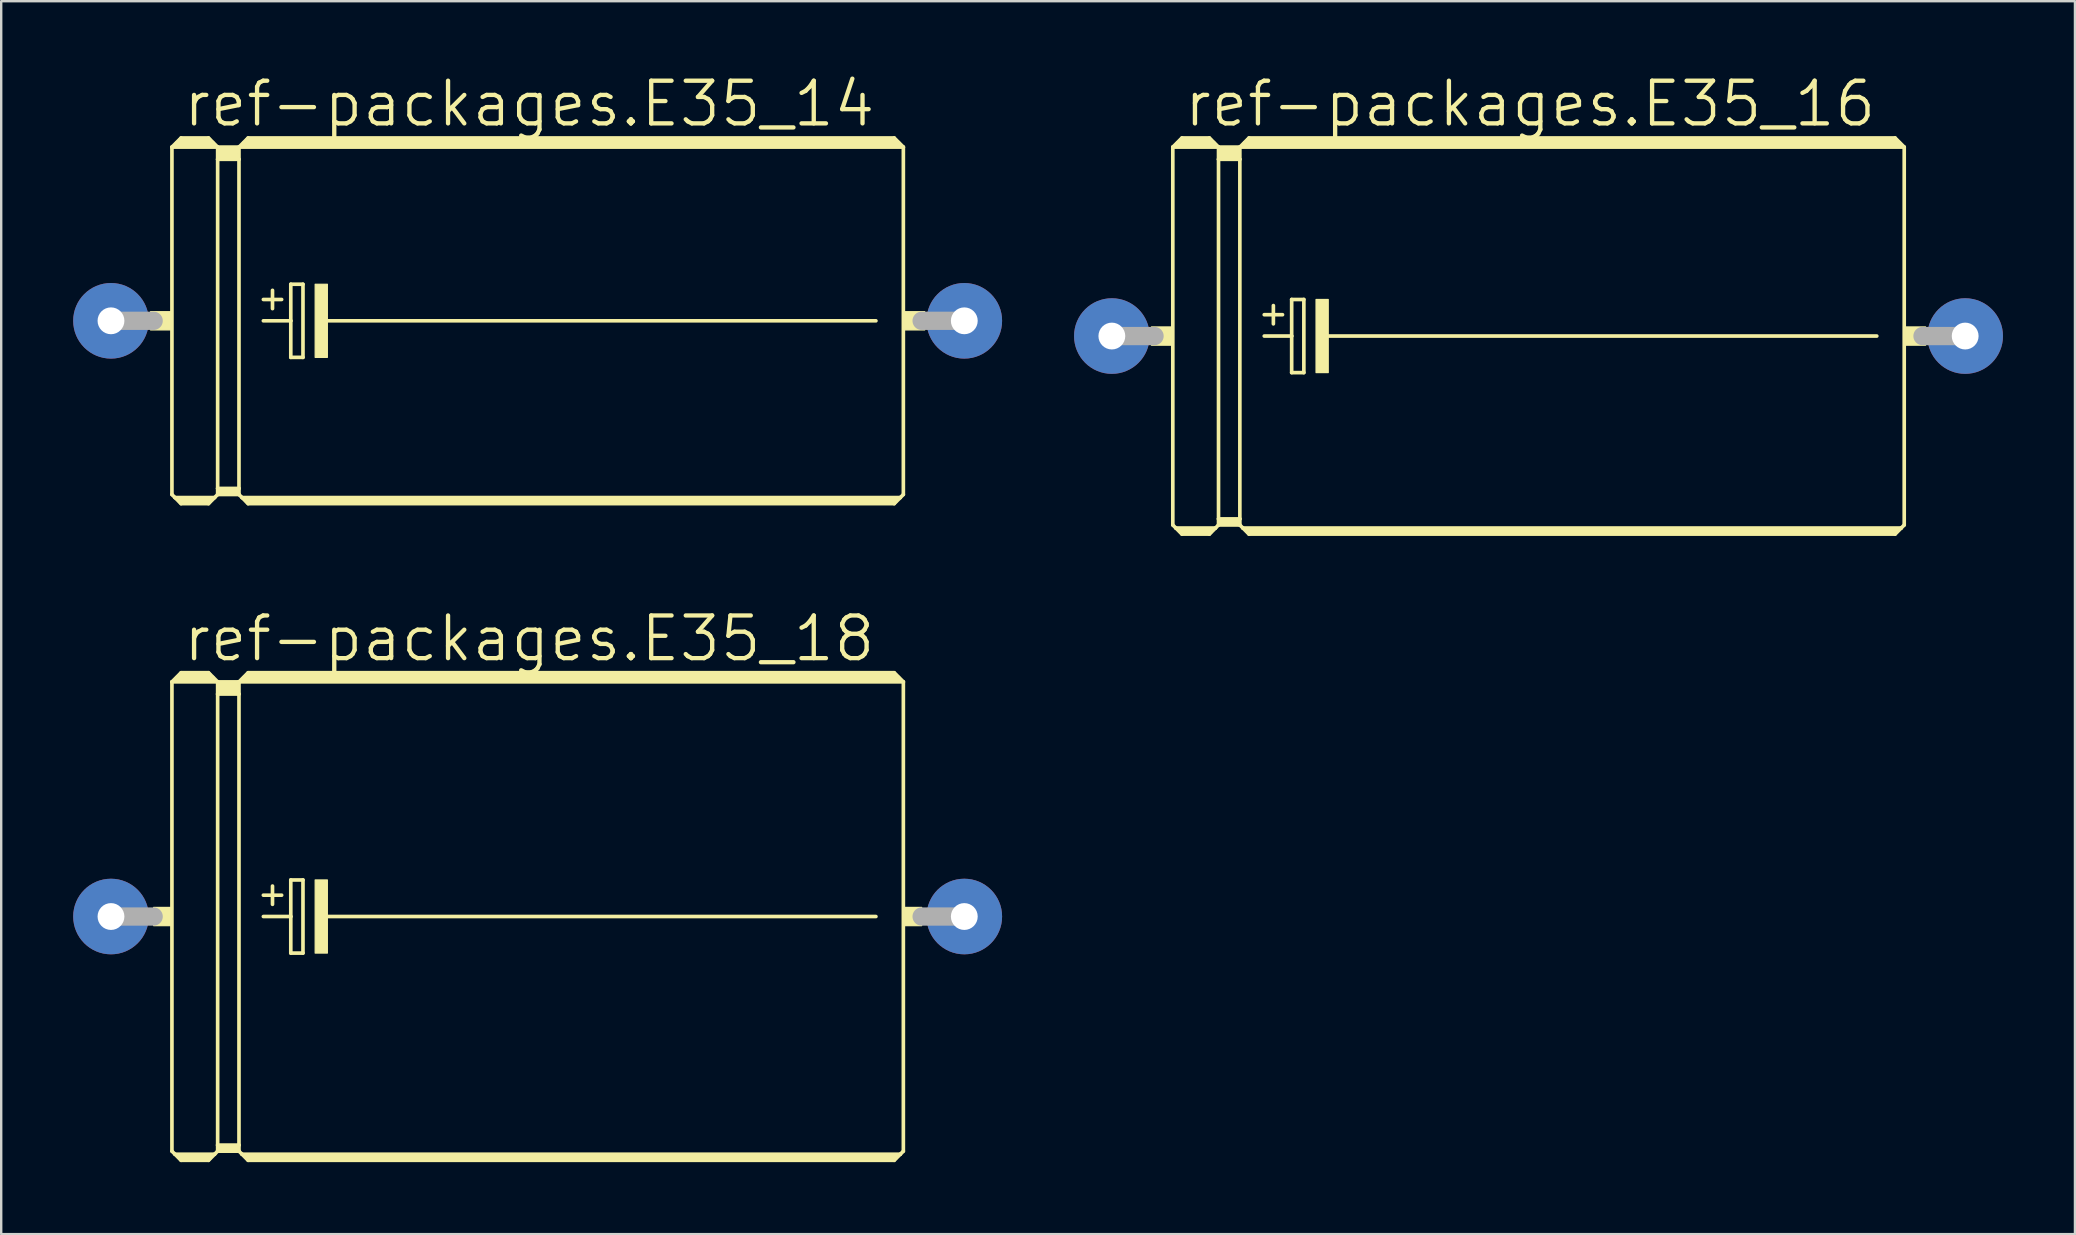
<source format=kicad_pcb>
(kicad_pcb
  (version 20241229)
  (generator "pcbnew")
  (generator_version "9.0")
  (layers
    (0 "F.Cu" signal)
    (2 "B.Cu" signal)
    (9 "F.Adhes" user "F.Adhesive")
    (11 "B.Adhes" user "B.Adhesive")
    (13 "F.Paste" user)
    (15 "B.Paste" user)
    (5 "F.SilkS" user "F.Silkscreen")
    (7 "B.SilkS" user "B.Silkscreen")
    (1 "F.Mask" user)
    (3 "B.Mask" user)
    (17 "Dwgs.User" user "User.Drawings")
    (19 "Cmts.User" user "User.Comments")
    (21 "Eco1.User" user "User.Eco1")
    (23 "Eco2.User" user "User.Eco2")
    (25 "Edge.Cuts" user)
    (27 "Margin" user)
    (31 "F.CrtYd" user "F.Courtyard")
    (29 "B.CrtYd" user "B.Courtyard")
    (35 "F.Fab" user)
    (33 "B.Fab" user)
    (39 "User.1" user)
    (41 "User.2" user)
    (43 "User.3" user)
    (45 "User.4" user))
  (footprint "ref-packages.E35_16"
    (layer "F.Cu")
    (at 61.064 10.954)
    (property "Reference" "ref-packages.E35_16" (at -14.859 -8.636 0) (layer "F.SilkS") (effects (font (size 1.778 1.778) (thickness 0.18)) (justify left bottom)))
    (attr through_hole)
    (fp_line (start -15.24 -7.874) (end -15.24 7.874) (stroke (width 0.152) (type default)) (layer "F.SilkS"))
    (fp_line (start -15.24 -7.874) (end -14.859 -8.255) (stroke (width 0.152) (type default)) (layer "F.SilkS"))
    (fp_line (start -15.24 -7.874) (end -13.335 -7.874) (stroke (width 0.152) (type default)) (layer "F.SilkS"))
    (fp_line (start -15.24 7.874) (end -15.113 8.001) (stroke (width 0.152) (type default)) (layer "F.SilkS"))
    (fp_line (start -15.113 8.001) (end -14.859 8.255) (stroke (width 0.152) (type default)) (layer "F.SilkS"))
    (fp_line (start -15.113 8.001) (end -13.462 8.001) (stroke (width 0.152) (type default)) (layer "F.SilkS"))
    (fp_line (start -14.986 -8.001) (end -13.589 -8.001) (stroke (width 0.305) (type default)) (layer "F.SilkS"))
    (fp_line (start -14.859 -8.255) (end -13.716 -8.255) (stroke (width 0.152) (type default)) (layer "F.SilkS"))
    (fp_line (start -14.859 -8.128) (end -13.716 -8.128) (stroke (width 0.305) (type default)) (layer "F.SilkS"))
    (fp_line (start -14.859 8.128) (end -13.716 8.128) (stroke (width 0.305) (type default)) (layer "F.SilkS"))
    (fp_line (start -14.859 8.255) (end -13.716 8.255) (stroke (width 0.152) (type default)) (layer "F.SilkS"))
    (fp_line (start -13.462 8.001) (end -13.716 8.255) (stroke (width 0.152) (type default)) (layer "F.SilkS"))
    (fp_line (start -13.335 -7.874) (end -13.716 -8.255) (stroke (width 0.152) (type default)) (layer "F.SilkS"))
    (fp_line (start -13.335 -7.874) (end -13.335 -7.366) (stroke (width 0.152) (type default)) (layer "F.SilkS"))
    (fp_line (start -13.335 -7.874) (end -12.446 -7.874) (stroke (width 0.152) (type default)) (layer "F.SilkS"))
    (fp_line (start -13.335 -7.366) (end -13.335 7.62) (stroke (width 0.152) (type default)) (layer "F.SilkS"))
    (fp_line (start -13.335 -7.366) (end -12.446 -7.366) (stroke (width 0.152) (type default)) (layer "F.SilkS"))
    (fp_line (start -13.335 7.62) (end -13.335 7.874) (stroke (width 0.152) (type default)) (layer "F.SilkS"))
    (fp_line (start -13.335 7.62) (end -12.446 7.62) (stroke (width 0.152) (type default)) (layer "F.SilkS"))
    (fp_line (start -13.335 7.874) (end -13.462 8.001) (stroke (width 0.152) (type default)) (layer "F.SilkS"))
    (fp_line (start -13.335 7.874) (end -12.446 7.874) (stroke (width 0.152) (type default)) (layer "F.SilkS"))
    (fp_line (start -13.208 -7.747) (end -12.573 -7.747) (stroke (width 0.305) (type default)) (layer "F.SilkS"))
    (fp_line (start -13.208 -7.493) (end -12.573 -7.493) (stroke (width 0.305) (type default)) (layer "F.SilkS"))
    (fp_line (start -13.208 7.747) (end -12.573 7.747) (stroke (width 0.305) (type default)) (layer "F.SilkS"))
    (fp_line (start -12.446 -7.874) (end -12.446 -7.366) (stroke (width 0.152) (type default)) (layer "F.SilkS"))
    (fp_line (start -12.446 -7.874) (end -12.065 -8.255) (stroke (width 0.152) (type default)) (layer "F.SilkS"))
    (fp_line (start -12.446 -7.874) (end 15.24 -7.874) (stroke (width 0.152) (type default)) (layer "F.SilkS"))
    (fp_line (start -12.446 -7.366) (end -12.446 7.62) (stroke (width 0.152) (type default)) (layer "F.SilkS"))
    (fp_line (start -12.446 7.62) (end -12.446 7.874) (stroke (width 0.152) (type default)) (layer "F.SilkS"))
    (fp_line (start -12.319 8.001) (end -12.446 7.874) (stroke (width 0.152) (type default)) (layer "F.SilkS"))
    (fp_line (start -12.319 8.001) (end 15.113 8.001) (stroke (width 0.152) (type default)) (layer "F.SilkS"))
    (fp_line (start -12.192 -8.001) (end 14.986 -8.001) (stroke (width 0.305) (type default)) (layer "F.SilkS"))
    (fp_line (start -12.065 -8.128) (end 14.859 -8.128) (stroke (width 0.305) (type default)) (layer "F.SilkS"))
    (fp_line (start -12.065 8.128) (end 14.859 8.128) (stroke (width 0.305) (type default)) (layer "F.SilkS"))
    (fp_line (start -12.065 8.255) (end -12.319 8.001) (stroke (width 0.152) (type default)) (layer "F.SilkS"))
    (fp_line (start -11.43 -0.889) (end -10.668 -0.889) (stroke (width 0.152) (type default)) (layer "F.SilkS"))
    (fp_line (start -11.43 0) (end -10.287 0) (stroke (width 0.152) (type default)) (layer "F.SilkS"))
    (fp_line (start -11.049 -1.27) (end -11.049 -0.508) (stroke (width 0.152) (type default)) (layer "F.SilkS"))
    (fp_line (start -10.287 -1.524) (end -10.287 0) (stroke (width 0.152) (type default)) (layer "F.SilkS"))
    (fp_line (start -10.287 0) (end -10.287 1.524) (stroke (width 0.152) (type default)) (layer "F.SilkS"))
    (fp_line (start -10.287 1.524) (end -9.779 1.524) (stroke (width 0.152) (type default)) (layer "F.SilkS"))
    (fp_line (start -9.779 -1.524) (end -10.287 -1.524) (stroke (width 0.152) (type default)) (layer "F.SilkS"))
    (fp_line (start -9.779 1.524) (end -9.779 -1.524) (stroke (width 0.152) (type default)) (layer "F.SilkS"))
    (fp_line (start -8.89 0) (end 14.097 0) (stroke (width 0.152) (type default)) (layer "F.SilkS"))
    (fp_line (start 14.859 -8.255) (end -12.065 -8.255) (stroke (width 0.152) (type default)) (layer "F.SilkS"))
    (fp_line (start 14.859 8.255) (end -12.065 8.255) (stroke (width 0.152) (type default)) (layer "F.SilkS"))
    (fp_line (start 15.113 8.001) (end 14.859 8.255) (stroke (width 0.152) (type default)) (layer "F.SilkS"))
    (fp_line (start 15.24 -7.874) (end 14.859 -8.255) (stroke (width 0.152) (type default)) (layer "F.SilkS"))
    (fp_line (start 15.24 -7.874) (end 15.24 7.874) (stroke (width 0.152) (type default)) (layer "F.SilkS"))
    (fp_line (start 15.24 7.874) (end 15.113 8.001) (stroke (width 0.152) (type default)) (layer "F.SilkS"))
    (fp_rect (start -16.129 0.381) (end -15.24 -0.381) (stroke (width 0.05) (type default)) (fill yes) (layer "F.SilkS"))
    (fp_rect (start -9.271 1.524) (end -8.763 -1.524) (stroke (width 0.05) (type default)) (fill yes) (layer "F.SilkS"))
    (fp_rect (start 15.24 0.381) (end 16.129 -0.381) (stroke (width 0.05) (type default)) (fill yes) (layer "F.SilkS"))
    (fp_line (start -17.78 0) (end -16.002 0) (stroke (width 0.762) (type default)) (layer "F.Fab"))
    (fp_line (start 17.78 0) (end 16.002 0) (stroke (width 0.762) (type default)) (layer "F.Fab"))
    (pad "+" thru_hole circle (at -17.78 0) (size 3.15 3.15) (drill 1.118) (layers "*.Cu" "*.Mask"))
    (pad "-" thru_hole circle (at 17.78 0) (size 3.15 3.15) (drill 1.118) (layers "*.Cu" "*.Mask")))
  (footprint "ref-packages.E35_18"
    (layer "F.Cu")
    (at 19.355 35.144)
    (property "Reference" "ref-packages.E35_18" (at -14.859 -10.541 0) (layer "F.SilkS") (effects (font (size 1.778 1.778) (thickness 0.18)) (justify left bottom)))
    (attr through_hole)
    (fp_line (start -15.24 -9.779) (end -15.24 9.779) (stroke (width 0.152) (type default)) (layer "F.SilkS"))
    (fp_line (start -15.24 -9.779) (end -14.859 -10.16) (stroke (width 0.152) (type default)) (layer "F.SilkS"))
    (fp_line (start -15.24 -9.779) (end -13.335 -9.779) (stroke (width 0.152) (type default)) (layer "F.SilkS"))
    (fp_line (start -15.24 9.779) (end -15.113 9.906) (stroke (width 0.152) (type default)) (layer "F.SilkS"))
    (fp_line (start -15.113 9.906) (end -14.859 10.16) (stroke (width 0.152) (type default)) (layer "F.SilkS"))
    (fp_line (start -15.113 9.906) (end -13.462 9.906) (stroke (width 0.152) (type default)) (layer "F.SilkS"))
    (fp_line (start -14.986 -9.906) (end -13.589 -9.906) (stroke (width 0.305) (type default)) (layer "F.SilkS"))
    (fp_line (start -14.859 -10.16) (end -13.716 -10.16) (stroke (width 0.152) (type default)) (layer "F.SilkS"))
    (fp_line (start -14.859 -10.033) (end -13.716 -10.033) (stroke (width 0.305) (type default)) (layer "F.SilkS"))
    (fp_line (start -14.859 10.033) (end -13.716 10.033) (stroke (width 0.305) (type default)) (layer "F.SilkS"))
    (fp_line (start -14.859 10.16) (end -13.716 10.16) (stroke (width 0.152) (type default)) (layer "F.SilkS"))
    (fp_line (start -13.462 9.906) (end -13.716 10.16) (stroke (width 0.152) (type default)) (layer "F.SilkS"))
    (fp_line (start -13.335 -9.779) (end -13.716 -10.16) (stroke (width 0.152) (type default)) (layer "F.SilkS"))
    (fp_line (start -13.335 -9.779) (end -13.335 -9.271) (stroke (width 0.152) (type default)) (layer "F.SilkS"))
    (fp_line (start -13.335 -9.779) (end -12.446 -9.779) (stroke (width 0.152) (type default)) (layer "F.SilkS"))
    (fp_line (start -13.335 -9.271) (end -13.335 9.525) (stroke (width 0.152) (type default)) (layer "F.SilkS"))
    (fp_line (start -13.335 -9.271) (end -12.446 -9.271) (stroke (width 0.152) (type default)) (layer "F.SilkS"))
    (fp_line (start -13.335 9.525) (end -13.335 9.779) (stroke (width 0.152) (type default)) (layer "F.SilkS"))
    (fp_line (start -13.335 9.525) (end -12.446 9.525) (stroke (width 0.152) (type default)) (layer "F.SilkS"))
    (fp_line (start -13.335 9.779) (end -13.462 9.906) (stroke (width 0.152) (type default)) (layer "F.SilkS"))
    (fp_line (start -13.335 9.779) (end -12.446 9.779) (stroke (width 0.152) (type default)) (layer "F.SilkS"))
    (fp_line (start -13.208 -9.652) (end -12.573 -9.652) (stroke (width 0.305) (type default)) (layer "F.SilkS"))
    (fp_line (start -13.208 -9.398) (end -12.573 -9.398) (stroke (width 0.305) (type default)) (layer "F.SilkS"))
    (fp_line (start -13.208 9.652) (end -12.573 9.652) (stroke (width 0.305) (type default)) (layer "F.SilkS"))
    (fp_line (start -12.446 -9.779) (end -12.446 -9.271) (stroke (width 0.152) (type default)) (layer "F.SilkS"))
    (fp_line (start -12.446 -9.779) (end -12.065 -10.16) (stroke (width 0.152) (type default)) (layer "F.SilkS"))
    (fp_line (start -12.446 -9.779) (end 15.24 -9.779) (stroke (width 0.152) (type default)) (layer "F.SilkS"))
    (fp_line (start -12.446 -9.271) (end -12.446 9.525) (stroke (width 0.152) (type default)) (layer "F.SilkS"))
    (fp_line (start -12.446 9.525) (end -12.446 9.779) (stroke (width 0.152) (type default)) (layer "F.SilkS"))
    (fp_line (start -12.319 9.906) (end -12.446 9.779) (stroke (width 0.152) (type default)) (layer "F.SilkS"))
    (fp_line (start -12.319 9.906) (end 15.113 9.906) (stroke (width 0.152) (type default)) (layer "F.SilkS"))
    (fp_line (start -12.192 -9.906) (end 14.986 -9.906) (stroke (width 0.305) (type default)) (layer "F.SilkS"))
    (fp_line (start -12.065 -10.033) (end 14.859 -10.033) (stroke (width 0.305) (type default)) (layer "F.SilkS"))
    (fp_line (start -12.065 10.033) (end 14.859 10.033) (stroke (width 0.305) (type default)) (layer "F.SilkS"))
    (fp_line (start -12.065 10.16) (end -12.319 9.906) (stroke (width 0.152) (type default)) (layer "F.SilkS"))
    (fp_line (start -11.43 -0.889) (end -10.668 -0.889) (stroke (width 0.152) (type default)) (layer "F.SilkS"))
    (fp_line (start -11.43 0) (end -10.287 0) (stroke (width 0.152) (type default)) (layer "F.SilkS"))
    (fp_line (start -11.049 -1.27) (end -11.049 -0.508) (stroke (width 0.152) (type default)) (layer "F.SilkS"))
    (fp_line (start -10.287 -1.524) (end -10.287 0) (stroke (width 0.152) (type default)) (layer "F.SilkS"))
    (fp_line (start -10.287 0) (end -10.287 1.524) (stroke (width 0.152) (type default)) (layer "F.SilkS"))
    (fp_line (start -10.287 1.524) (end -9.779 1.524) (stroke (width 0.152) (type default)) (layer "F.SilkS"))
    (fp_line (start -9.779 -1.524) (end -10.287 -1.524) (stroke (width 0.152) (type default)) (layer "F.SilkS"))
    (fp_line (start -9.779 1.524) (end -9.779 -1.524) (stroke (width 0.152) (type default)) (layer "F.SilkS"))
    (fp_line (start -8.89 0) (end 14.097 0) (stroke (width 0.152) (type default)) (layer "F.SilkS"))
    (fp_line (start 14.859 -10.16) (end -12.065 -10.16) (stroke (width 0.152) (type default)) (layer "F.SilkS"))
    (fp_line (start 14.859 10.16) (end -12.065 10.16) (stroke (width 0.152) (type default)) (layer "F.SilkS"))
    (fp_line (start 15.113 9.906) (end 14.859 10.16) (stroke (width 0.152) (type default)) (layer "F.SilkS"))
    (fp_line (start 15.24 -9.779) (end 14.859 -10.16) (stroke (width 0.152) (type default)) (layer "F.SilkS"))
    (fp_line (start 15.24 -9.779) (end 15.24 9.779) (stroke (width 0.152) (type default)) (layer "F.SilkS"))
    (fp_line (start 15.24 9.779) (end 15.113 9.906) (stroke (width 0.152) (type default)) (layer "F.SilkS"))
    (fp_rect (start -16.002 0.381) (end -15.24 -0.381) (stroke (width 0.05) (type default)) (fill yes) (layer "F.SilkS"))
    (fp_rect (start -9.271 1.524) (end -8.763 -1.524) (stroke (width 0.05) (type default)) (fill yes) (layer "F.SilkS"))
    (fp_rect (start 15.24 0.381) (end 16.002 -0.381) (stroke (width 0.05) (type default)) (fill yes) (layer "F.SilkS"))
    (fp_line (start -17.78 0) (end -16.002 0) (stroke (width 0.762) (type default)) (layer "F.Fab"))
    (fp_line (start 17.78 0) (end 16.002 0) (stroke (width 0.762) (type default)) (layer "F.Fab"))
    (pad "+" thru_hole circle (at -17.78 0) (size 3.15 3.15) (drill 1.118) (layers "*.Cu" "*.Mask"))
    (pad "-" thru_hole circle (at 17.78 0) (size 3.15 3.15) (drill 1.118) (layers "*.Cu" "*.Mask")))
  (footprint "ref-packages.E35_14"
    (layer "F.Cu")
    (at 19.355 10.319)
    (property "Reference" "ref-packages.E35_14" (at -14.859 -8.001 0) (layer "F.SilkS") (effects (font (size 1.778 1.778) (thickness 0.18)) (justify left bottom)))
    (attr through_hole)
    (fp_line (start -15.24 -7.239) (end -15.24 7.239) (stroke (width 0.152) (type default)) (layer "F.SilkS"))
    (fp_line (start -15.24 -7.239) (end -14.859 -7.62) (stroke (width 0.152) (type default)) (layer "F.SilkS"))
    (fp_line (start -15.24 -7.239) (end -13.335 -7.239) (stroke (width 0.152) (type default)) (layer "F.SilkS"))
    (fp_line (start -15.24 7.239) (end -15.113 7.366) (stroke (width 0.152) (type default)) (layer "F.SilkS"))
    (fp_line (start -15.113 7.366) (end -14.859 7.62) (stroke (width 0.152) (type default)) (layer "F.SilkS"))
    (fp_line (start -15.113 7.366) (end -13.462 7.366) (stroke (width 0.152) (type default)) (layer "F.SilkS"))
    (fp_line (start -14.986 -7.366) (end -13.589 -7.366) (stroke (width 0.305) (type default)) (layer "F.SilkS"))
    (fp_line (start -14.859 -7.62) (end -13.716 -7.62) (stroke (width 0.152) (type default)) (layer "F.SilkS"))
    (fp_line (start -14.859 -7.493) (end -13.716 -7.493) (stroke (width 0.305) (type default)) (layer "F.SilkS"))
    (fp_line (start -14.859 7.493) (end -13.716 7.493) (stroke (width 0.305) (type default)) (layer "F.SilkS"))
    (fp_line (start -14.859 7.62) (end -13.716 7.62) (stroke (width 0.152) (type default)) (layer "F.SilkS"))
    (fp_line (start -13.462 7.366) (end -13.716 7.62) (stroke (width 0.152) (type default)) (layer "F.SilkS"))
    (fp_line (start -13.335 -7.239) (end -13.716 -7.62) (stroke (width 0.152) (type default)) (layer "F.SilkS"))
    (fp_line (start -13.335 -7.239) (end -13.335 -6.731) (stroke (width 0.152) (type default)) (layer "F.SilkS"))
    (fp_line (start -13.335 -7.239) (end -12.446 -7.239) (stroke (width 0.152) (type default)) (layer "F.SilkS"))
    (fp_line (start -13.335 -6.731) (end -13.335 6.985) (stroke (width 0.152) (type default)) (layer "F.SilkS"))
    (fp_line (start -13.335 -6.731) (end -12.446 -6.731) (stroke (width 0.152) (type default)) (layer "F.SilkS"))
    (fp_line (start -13.335 6.985) (end -13.335 7.239) (stroke (width 0.152) (type default)) (layer "F.SilkS"))
    (fp_line (start -13.335 6.985) (end -12.446 6.985) (stroke (width 0.152) (type default)) (layer "F.SilkS"))
    (fp_line (start -13.335 7.239) (end -13.462 7.366) (stroke (width 0.152) (type default)) (layer "F.SilkS"))
    (fp_line (start -13.335 7.239) (end -12.446 7.239) (stroke (width 0.152) (type default)) (layer "F.SilkS"))
    (fp_line (start -13.208 -7.112) (end -12.573 -7.112) (stroke (width 0.305) (type default)) (layer "F.SilkS"))
    (fp_line (start -13.208 -6.858) (end -12.573 -6.858) (stroke (width 0.305) (type default)) (layer "F.SilkS"))
    (fp_line (start -13.208 7.112) (end -12.573 7.112) (stroke (width 0.305) (type default)) (layer "F.SilkS"))
    (fp_line (start -12.446 -7.239) (end -12.446 -6.731) (stroke (width 0.152) (type default)) (layer "F.SilkS"))
    (fp_line (start -12.446 -7.239) (end -12.065 -7.62) (stroke (width 0.152) (type default)) (layer "F.SilkS"))
    (fp_line (start -12.446 -7.239) (end 15.24 -7.239) (stroke (width 0.152) (type default)) (layer "F.SilkS"))
    (fp_line (start -12.446 -6.731) (end -12.446 6.985) (stroke (width 0.152) (type default)) (layer "F.SilkS"))
    (fp_line (start -12.446 6.985) (end -12.446 7.239) (stroke (width 0.152) (type default)) (layer "F.SilkS"))
    (fp_line (start -12.319 7.366) (end -12.446 7.239) (stroke (width 0.152) (type default)) (layer "F.SilkS"))
    (fp_line (start -12.319 7.366) (end 15.113 7.366) (stroke (width 0.152) (type default)) (layer "F.SilkS"))
    (fp_line (start -12.192 -7.366) (end 14.986 -7.366) (stroke (width 0.305) (type default)) (layer "F.SilkS"))
    (fp_line (start -12.065 -7.493) (end 14.859 -7.493) (stroke (width 0.305) (type default)) (layer "F.SilkS"))
    (fp_line (start -12.065 7.493) (end 14.859 7.493) (stroke (width 0.305) (type default)) (layer "F.SilkS"))
    (fp_line (start -12.065 7.62) (end -12.319 7.366) (stroke (width 0.152) (type default)) (layer "F.SilkS"))
    (fp_line (start -11.43 -0.889) (end -10.668 -0.889) (stroke (width 0.152) (type default)) (layer "F.SilkS"))
    (fp_line (start -11.43 0) (end -10.287 0) (stroke (width 0.152) (type default)) (layer "F.SilkS"))
    (fp_line (start -11.049 -1.27) (end -11.049 -0.508) (stroke (width 0.152) (type default)) (layer "F.SilkS"))
    (fp_line (start -10.287 -1.524) (end -10.287 0) (stroke (width 0.152) (type default)) (layer "F.SilkS"))
    (fp_line (start -10.287 0) (end -10.287 1.524) (stroke (width 0.152) (type default)) (layer "F.SilkS"))
    (fp_line (start -10.287 1.524) (end -9.779 1.524) (stroke (width 0.152) (type default)) (layer "F.SilkS"))
    (fp_line (start -9.779 -1.524) (end -10.287 -1.524) (stroke (width 0.152) (type default)) (layer "F.SilkS"))
    (fp_line (start -9.779 1.524) (end -9.779 -1.524) (stroke (width 0.152) (type default)) (layer "F.SilkS"))
    (fp_line (start -8.89 0) (end 14.097 0) (stroke (width 0.152) (type default)) (layer "F.SilkS"))
    (fp_line (start 14.859 -7.62) (end -12.065 -7.62) (stroke (width 0.152) (type default)) (layer "F.SilkS"))
    (fp_line (start 14.859 7.62) (end -12.065 7.62) (stroke (width 0.152) (type default)) (layer "F.SilkS"))
    (fp_line (start 15.113 7.366) (end 14.859 7.62) (stroke (width 0.152) (type default)) (layer "F.SilkS"))
    (fp_line (start 15.24 -7.239) (end 14.859 -7.62) (stroke (width 0.152) (type default)) (layer "F.SilkS"))
    (fp_line (start 15.24 -7.239) (end 15.24 7.239) (stroke (width 0.152) (type default)) (layer "F.SilkS"))
    (fp_line (start 15.24 7.239) (end 15.113 7.366) (stroke (width 0.152) (type default)) (layer "F.SilkS"))
    (fp_rect (start -16.129 0.381) (end -15.24 -0.381) (stroke (width 0.05) (type default)) (fill yes) (layer "F.SilkS"))
    (fp_rect (start -9.271 1.524) (end -8.763 -1.524) (stroke (width 0.05) (type default)) (fill yes) (layer "F.SilkS"))
    (fp_rect (start 15.24 0.381) (end 16.129 -0.381) (stroke (width 0.05) (type default)) (fill yes) (layer "F.SilkS"))
    (fp_line (start -17.78 0) (end -16.002 0) (stroke (width 0.762) (type default)) (layer "F.Fab"))
    (fp_line (start 17.78 0) (end 16.002 0) (stroke (width 0.762) (type default)) (layer "F.Fab"))
    (pad "+" thru_hole circle (at -17.78 0) (size 3.15 3.15) (drill 1.118) (layers "*.Cu" "*.Mask"))
    (pad "-" thru_hole circle (at 17.78 0) (size 3.15 3.15) (drill 1.118) (layers "*.Cu" "*.Mask")))
  (gr_rect
    (start -3 -3)
    (end 83.419 48.38)
    (stroke (width 0.1) (type default))
    (fill no)
    (layer "Edge.Cuts")))
</source>
